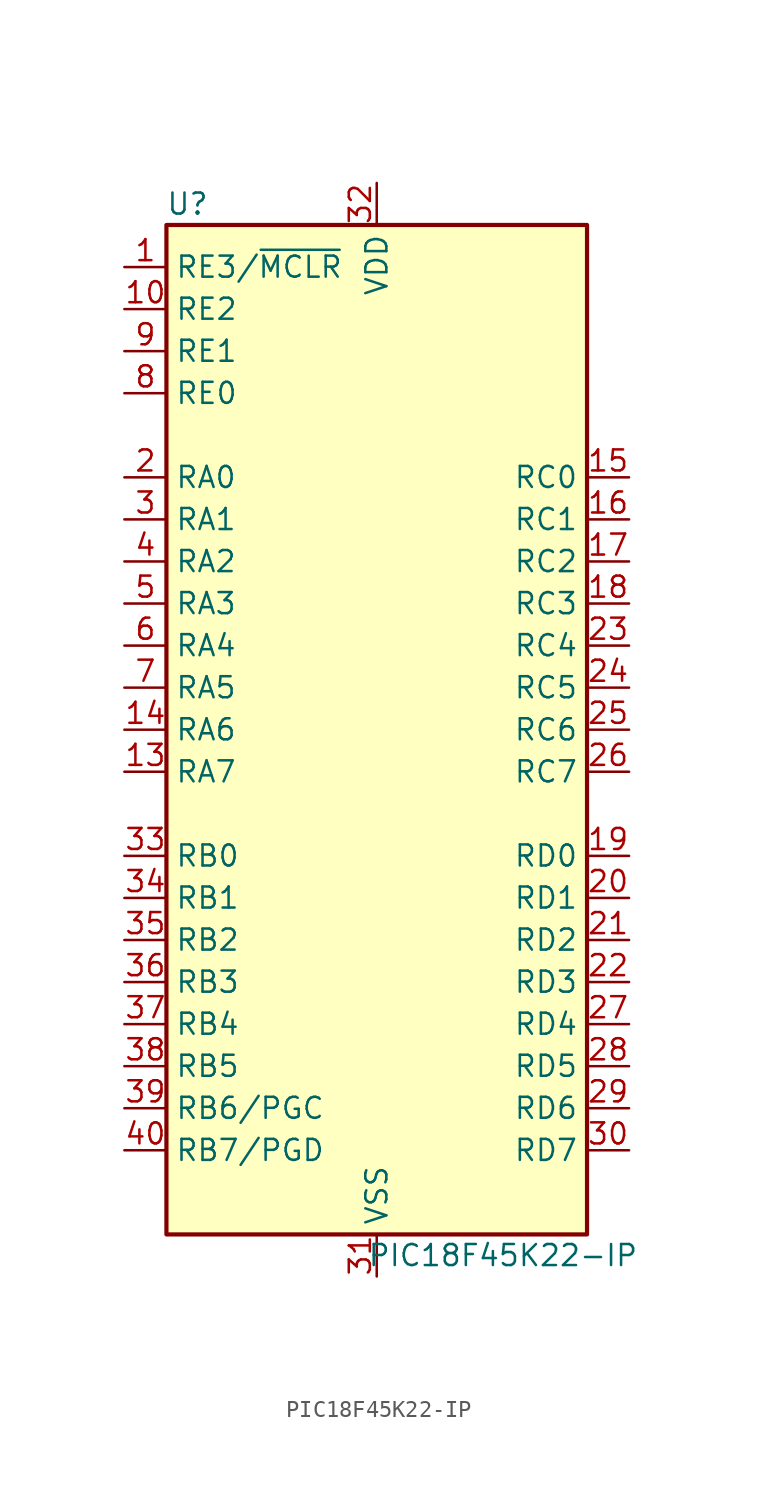
<source format=kicad_sym>
(kicad_symbol_lib
  (version 20211014)
  (generator kicad_symbol_editor)
  (symbol "PIC18F45K22-IP"
    (property "Reference" "U"
      (at -11.43 31.75 0)
      (effects (font (size 1.27 1.27))))
    (property "Value" "PIC18F45K22-IP"
      (at 7.62 -31.75 0)
      (effects (font (size 1.27 1.27))))
    (symbol "PIC18F45K22-IP_0_1"
      (rectangle (start -12.7 30.48) (end 12.7 -30.48) (stroke (width 0.254) (type default) (color 0 0 0 0)) (fill (type background))))
    (symbol "PIC18F45K22-IP_1_1"
      (pin input line (at -15.24 27.94 0) (length 2.54) (name "RE3/~{MCLR}" (effects (font (size 1.27 1.27)))) (number "1" (effects (font (size 1.27 1.27)))))
      (pin bidirectional line (at -15.24 25.4 0) (length 2.54) (name "RE2" (effects (font (size 1.27 1.27)))) (number "10" (effects (font (size 1.27 1.27)))))
      (pin passive line (at 2.54 33.02 270) (length 2.54) hide (name "VDD" (effects (font (size 1.27 1.27)))) (number "11" (effects (font (size 1.27 1.27)))))
      (pin passive line (at -2.54 -33.02 90) (length 2.54) hide (name "VSS" (effects (font (size 1.27 1.27)))) (number "12" (effects (font (size 1.27 1.27)))))
      (pin bidirectional line (at -15.24 -2.54 0) (length 2.54) (name "RA7" (effects (font (size 1.27 1.27)))) (number "13" (effects (font (size 1.27 1.27)))))
      (pin bidirectional line (at -15.24 0 0) (length 2.54) (name "RA6" (effects (font (size 1.27 1.27)))) (number "14" (effects (font (size 1.27 1.27)))))
      (pin bidirectional line (at 15.24 15.24 180) (length 2.54) (name "RC0" (effects (font (size 1.27 1.27)))) (number "15" (effects (font (size 1.27 1.27)))))
      (pin bidirectional line (at 15.24 12.7 180) (length 2.54) (name "RC1" (effects (font (size 1.27 1.27)))) (number "16" (effects (font (size 1.27 1.27)))))
      (pin bidirectional line (at 15.24 10.16 180) (length 2.54) (name "RC2" (effects (font (size 1.27 1.27)))) (number "17" (effects (font (size 1.27 1.27)))))
      (pin bidirectional line (at 15.24 7.62 180) (length 2.54) (name "RC3" (effects (font (size 1.27 1.27)))) (number "18" (effects (font (size 1.27 1.27)))))
      (pin bidirectional line (at 15.24 -7.62 180) (length 2.54) (name "RD0" (effects (font (size 1.27 1.27)))) (number "19" (effects (font (size 1.27 1.27)))))
      (pin bidirectional line (at -15.24 15.24 0) (length 2.54) (name "RA0" (effects (font (size 1.27 1.27)))) (number "2" (effects (font (size 1.27 1.27)))))
      (pin bidirectional line (at 15.24 -10.16 180) (length 2.54) (name "RD1" (effects (font (size 1.27 1.27)))) (number "20" (effects (font (size 1.27 1.27)))))
      (pin bidirectional line (at 15.24 -12.7 180) (length 2.54) (name "RD2" (effects (font (size 1.27 1.27)))) (number "21" (effects (font (size 1.27 1.27)))))
      (pin bidirectional line (at 15.24 -15.24 180) (length 2.54) (name "RD3" (effects (font (size 1.27 1.27)))) (number "22" (effects (font (size 1.27 1.27)))))
      (pin bidirectional line (at 15.24 5.08 180) (length 2.54) (name "RC4" (effects (font (size 1.27 1.27)))) (number "23" (effects (font (size 1.27 1.27)))))
      (pin bidirectional line (at 15.24 2.54 180) (length 2.54) (name "RC5" (effects (font (size 1.27 1.27)))) (number "24" (effects (font (size 1.27 1.27)))))
      (pin bidirectional line (at 15.24 0 180) (length 2.54) (name "RC6" (effects (font (size 1.27 1.27)))) (number "25" (effects (font (size 1.27 1.27)))))
      (pin bidirectional line (at 15.24 -2.54 180) (length 2.54) (name "RC7" (effects (font (size 1.27 1.27)))) (number "26" (effects (font (size 1.27 1.27)))))
      (pin bidirectional line (at 15.24 -17.78 180) (length 2.54) (name "RD4" (effects (font (size 1.27 1.27)))) (number "27" (effects (font (size 1.27 1.27)))))
      (pin bidirectional line (at 15.24 -20.32 180) (length 2.54) (name "RD5" (effects (font (size 1.27 1.27)))) (number "28" (effects (font (size 1.27 1.27)))))
      (pin bidirectional line (at 15.24 -22.86 180) (length 2.54) (name "RD6" (effects (font (size 1.27 1.27)))) (number "29" (effects (font (size 1.27 1.27)))))
      (pin bidirectional line (at -15.24 12.7 0) (length 2.54) (name "RA1" (effects (font (size 1.27 1.27)))) (number "3" (effects (font (size 1.27 1.27)))))
      (pin bidirectional line (at 15.24 -25.4 180) (length 2.54) (name "RD7" (effects (font (size 1.27 1.27)))) (number "30" (effects (font (size 1.27 1.27)))))
      (pin power_in line (at 0 -33.02 90) (length 2.54) (name "VSS" (effects (font (size 1.27 1.27)))) (number "31" (effects (font (size 1.27 1.27)))))
      (pin power_in line (at 0 33.02 270) (length 2.54) (name "VDD" (effects (font (size 1.27 1.27)))) (number "32" (effects (font (size 1.27 1.27)))))
      (pin bidirectional line (at -15.24 -7.62 0) (length 2.54) (name "RB0" (effects (font (size 1.27 1.27)))) (number "33" (effects (font (size 1.27 1.27)))))
      (pin bidirectional line (at -15.24 -10.16 0) (length 2.54) (name "RB1" (effects (font (size 1.27 1.27)))) (number "34" (effects (font (size 1.27 1.27)))))
      (pin bidirectional line (at -15.24 -12.7 0) (length 2.54) (name "RB2" (effects (font (size 1.27 1.27)))) (number "35" (effects (font (size 1.27 1.27)))))
      (pin bidirectional line (at -15.24 -15.24 0) (length 2.54) (name "RB3" (effects (font (size 1.27 1.27)))) (number "36" (effects (font (size 1.27 1.27)))))
      (pin bidirectional line (at -15.24 -17.78 0) (length 2.54) (name "RB4" (effects (font (size 1.27 1.27)))) (number "37" (effects (font (size 1.27 1.27)))))
      (pin bidirectional line (at -15.24 -20.32 0) (length 2.54) (name "RB5" (effects (font (size 1.27 1.27)))) (number "38" (effects (font (size 1.27 1.27)))))
      (pin bidirectional line (at -15.24 -22.86 0) (length 2.54) (name "RB6/PGC" (effects (font (size 1.27 1.27)))) (number "39" (effects (font (size 1.27 1.27)))))
      (pin bidirectional line (at -15.24 10.16 0) (length 2.54) (name "RA2" (effects (font (size 1.27 1.27)))) (number "4" (effects (font (size 1.27 1.27)))))
      (pin bidirectional line (at -15.24 -25.4 0) (length 2.54) (name "RB7/PGD" (effects (font (size 1.27 1.27)))) (number "40" (effects (font (size 1.27 1.27)))))
      (pin bidirectional line (at -15.24 7.62 0) (length 2.54) (name "RA3" (effects (font (size 1.27 1.27)))) (number "5" (effects (font (size 1.27 1.27)))))
      (pin bidirectional line (at -15.24 5.08 0) (length 2.54) (name "RA4" (effects (font (size 1.27 1.27)))) (number "6" (effects (font (size 1.27 1.27)))))
      (pin bidirectional line (at -15.24 2.54 0) (length 2.54) (name "RA5" (effects (font (size 1.27 1.27)))) (number "7" (effects (font (size 1.27 1.27)))))
      (pin bidirectional line (at -15.24 20.32 0) (length 2.54) (name "RE0" (effects (font (size 1.27 1.27)))) (number "8" (effects (font (size 1.27 1.27)))))
      (pin bidirectional line (at -15.24 22.86 0) (length 2.54) (name "RE1" (effects (font (size 1.27 1.27)))) (number "9" (effects (font (size 1.27 1.27))))))))
</source>
